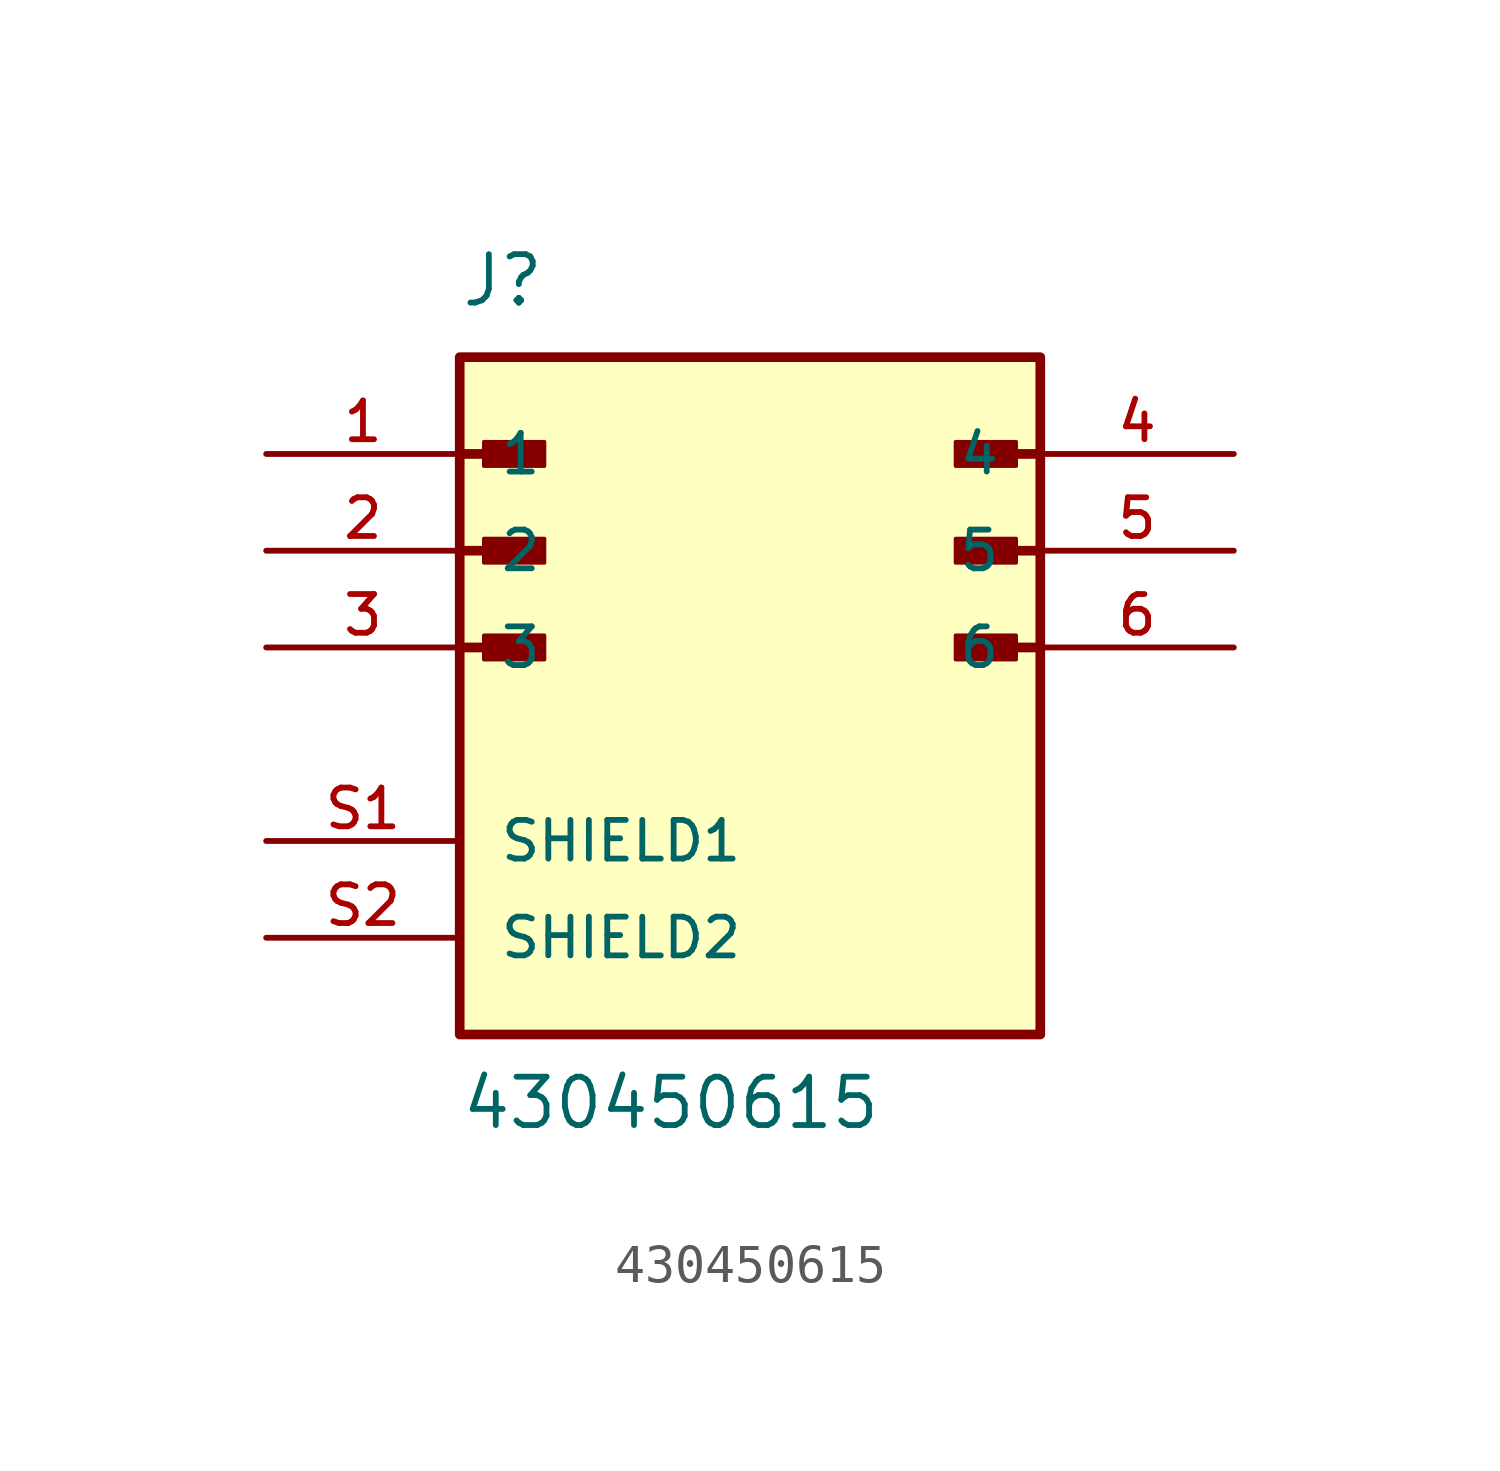
<source format=kicad_sym>
(kicad_symbol_lib
  (version 20211014)
  (generator kicad_symbol_editor)
  (symbol "430450615"
    (pin_names
      (offset 1.016))
    (property "Reference" "J"
      (at -7.62 11.43 0)
      (effects (font (size 1.27 1.27)) (justify bottom left)))
    (property "Value" "430450615"
      (at -7.62 -10.16 0)
      (effects (font (size 1.27 1.27)) (justify bottom left)))
    (symbol "430450615_0_0"
      (polyline (pts (xy -7.62 7.62) (xy -5.715 7.62)) (stroke (width 0.254)))
      (rectangle (start -6.985 7.303) (end -5.397 7.938) (stroke (width 0.1)) (fill (type outline)))
      (polyline (pts (xy -7.62 5.08) (xy -5.715 5.08)) (stroke (width 0.254)))
      (rectangle (start -6.985 4.763) (end -5.397 5.397) (stroke (width 0.1)) (fill (type outline)))
      (polyline (pts (xy -7.62 2.54) (xy -5.715 2.54)) (stroke (width 0.254)))
      (rectangle (start -6.985 2.223) (end -5.397 2.857) (stroke (width 0.1)) (fill (type outline)))
      (polyline (pts (xy 7.62 7.62) (xy 5.715 7.62)) (stroke (width 0.254)))
      (rectangle (start 5.397 7.303) (end 6.985 7.938) (stroke (width 0.1)) (fill (type outline)))
      (polyline (pts (xy 7.62 5.08) (xy 5.715 5.08)) (stroke (width 0.254)))
      (rectangle (start 5.397 4.763) (end 6.985 5.397) (stroke (width 0.1)) (fill (type outline)))
      (polyline (pts (xy 7.62 2.54) (xy 5.715 2.54)) (stroke (width 0.254)))
      (rectangle (start 5.397 2.223) (end 6.985 2.857) (stroke (width 0.1)) (fill (type outline)))
      (rectangle (start -7.62 -7.62) (end 7.62 10.16) (stroke (width 0.254)) (fill (type background)))
      (pin passive line (at -12.7 7.62 0) (length 5.08) (name "1" (effects (font (size 1.016 1.016)))) (number "1" (effects (font (size 1.016 1.016)))))
      (pin passive line (at -12.7 5.08 0) (length 5.08) (name "2" (effects (font (size 1.016 1.016)))) (number "2" (effects (font (size 1.016 1.016)))))
      (pin passive line (at -12.7 2.54 0) (length 5.08) (name "3" (effects (font (size 1.016 1.016)))) (number "3" (effects (font (size 1.016 1.016)))))
      (pin passive line (at 12.7 7.62 180.0) (length 5.08) (name "4" (effects (font (size 1.016 1.016)))) (number "4" (effects (font (size 1.016 1.016)))))
      (pin passive line (at 12.7 5.08 180.0) (length 5.08) (name "5" (effects (font (size 1.016 1.016)))) (number "5" (effects (font (size 1.016 1.016)))))
      (pin passive line (at 12.7 2.54 180.0) (length 5.08) (name "6" (effects (font (size 1.016 1.016)))) (number "6" (effects (font (size 1.016 1.016)))))
      (pin passive line (at -12.7 -2.54 0) (length 5.08) (name "SHIELD1" (effects (font (size 1.016 1.016)))) (number "S1" (effects (font (size 1.016 1.016)))))
      (pin passive line (at -12.7 -5.08 0) (length 5.08) (name "SHIELD2" (effects (font (size 1.016 1.016)))) (number "S2" (effects (font (size 1.016 1.016))))))))
</source>
